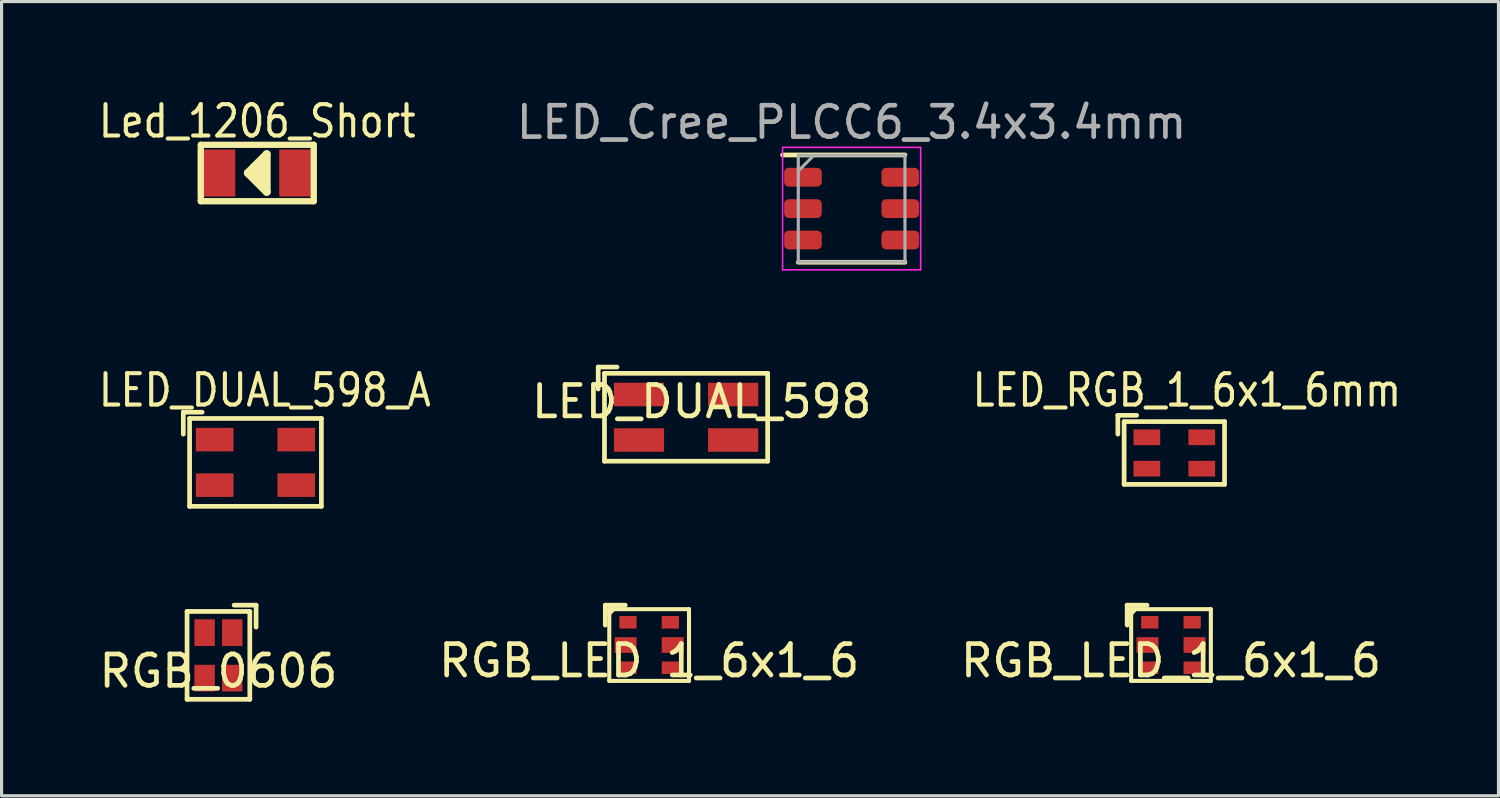
<source format=kicad_pcb>
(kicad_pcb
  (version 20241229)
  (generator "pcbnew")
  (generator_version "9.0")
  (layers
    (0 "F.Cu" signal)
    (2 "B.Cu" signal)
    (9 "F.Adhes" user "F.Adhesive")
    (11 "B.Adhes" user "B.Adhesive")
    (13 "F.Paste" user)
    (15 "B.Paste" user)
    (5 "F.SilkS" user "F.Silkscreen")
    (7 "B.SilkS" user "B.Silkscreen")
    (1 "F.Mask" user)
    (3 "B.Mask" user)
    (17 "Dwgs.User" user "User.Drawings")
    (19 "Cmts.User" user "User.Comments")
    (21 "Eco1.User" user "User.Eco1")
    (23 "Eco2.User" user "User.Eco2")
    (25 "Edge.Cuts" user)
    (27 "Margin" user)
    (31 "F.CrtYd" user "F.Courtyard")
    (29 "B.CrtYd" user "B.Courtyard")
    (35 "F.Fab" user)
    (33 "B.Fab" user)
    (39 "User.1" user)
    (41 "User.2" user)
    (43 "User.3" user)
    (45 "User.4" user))
  (footprint "RGB_0606"
    (layer "F.Cu")
    (at 3.911 17.836)
    (property "Reference" "RGB_0606" (at 0 0.5 0) (layer "F.SilkS") (effects (font (size 1 1) (thickness 0.15))))
    (attr through_hole)
    (fp_line (start -1 -1.4) (end 1 -1.4) (stroke (width 0.15) (type solid)) (layer "F.SilkS"))
    (fp_line (start -1 1.4) (end -1 -1.4) (stroke (width 0.15) (type solid)) (layer "F.SilkS"))
    (fp_line (start 0.5 -1.6) (end 1.2 -1.6) (stroke (width 0.15) (type solid)) (layer "F.SilkS"))
    (fp_line (start 1 -1.4) (end 1 1.4) (stroke (width 0.15) (type solid)) (layer "F.SilkS"))
    (fp_line (start 1 1.4) (end -1 1.4) (stroke (width 0.15) (type solid)) (layer "F.SilkS"))
    (fp_line (start 1.2 -1.6) (end 1.2 -0.9) (stroke (width 0.15) (type solid)) (layer "F.SilkS"))
    (pad "1" smd rect (at 0.44 -0.725) (size 0.65 0.85) (layers "F.Cu" "F.Mask" "F.Paste"))
    (pad "2" smd rect (at -0.44 -0.725) (size 0.65 0.85) (layers "F.Cu" "F.Mask" "F.Paste"))
    (pad "3" smd rect (at -0.44 0.725) (size 0.65 0.85) (layers "F.Cu" "F.Mask" "F.Paste"))
    (pad "4" smd rect (at 0.44 0.725) (size 0.65 0.85) (layers "F.Cu" "F.Mask" "F.Paste")))
  (footprint "LED_DUAL_598"
    (layer "F.Cu")
    (at 18.814 10.248)
    (property "Reference" "LED_DUAL_598" (at 0.5 -0.5 0) (layer "F.SilkS") (effects (font (size 1 1) (thickness 0.15))))
    (attr through_hole)
    (fp_line (start -2.8 -1.6) (end -2.2 -1.6) (stroke (width 0.15) (type solid)) (layer "F.SilkS"))
    (fp_line (start -2.8 -0.9) (end -2.8 -1.6) (stroke (width 0.15) (type solid)) (layer "F.SilkS"))
    (fp_line (start -2.6 -1.4) (end 2.6 -1.4) (stroke (width 0.15) (type solid)) (layer "F.SilkS"))
    (fp_line (start -2.6 1.4) (end -2.6 -1.4) (stroke (width 0.15) (type solid)) (layer "F.SilkS"))
    (fp_line (start 2.6 -1.4) (end 2.6 1.4) (stroke (width 0.15) (type solid)) (layer "F.SilkS"))
    (fp_line (start 2.6 1.4) (end -2.6 1.4) (stroke (width 0.15) (type solid)) (layer "F.SilkS"))
    (pad "1" smd rect (at -1.5 -0.725) (size 1.6 0.75) (layers "F.Cu" "F.Mask" "F.Paste"))
    (pad "2" smd rect (at 1.5 -0.725) (size 1.6 0.75) (layers "F.Cu" "F.Mask" "F.Paste"))
    (pad "3" smd rect (at -1.5 0.725) (size 1.6 0.75) (layers "F.Cu" "F.Mask" "F.Paste"))
    (pad "4" smd rect (at 1.5 0.725) (size 1.6 0.75) (layers "F.Cu" "F.Mask" "F.Paste")))
  (footprint "LED_Cree_PLCC6_3.4x3.4mm"
    (layer "F.Cu")
    (at 24.09 3.598)
    (property "Reference" "LED_Cree_PLCC6_3.4x3.4mm" (at 0 -2.75 0) (layer "F.Fab") (effects (font (size 1 1) (thickness 0.15))))
    (attr smd)
    (fp_line (start -2.2 -1.71) (end 1.7 -1.71) (stroke (width 0.15) (type solid)) (layer "F.SilkS"))
    (fp_line (start -1.7 1.71) (end 1.7 1.71) (stroke (width 0.15) (type solid)) (layer "F.SilkS"))
    (fp_line (start -2.2 -1.95) (end -2.2 1.95) (stroke (width 0.05) (type solid)) (layer "F.CrtYd"))
    (fp_line (start -2.2 -1.95) (end 2.2 -1.95) (stroke (width 0.05) (type solid)) (layer "F.CrtYd"))
    (fp_line (start -2.2 1.95) (end 2.2 1.95) (stroke (width 0.05) (type solid)) (layer "F.CrtYd"))
    (fp_line (start 2.2 -1.95) (end 2.2 1.95) (stroke (width 0.05) (type solid)) (layer "F.CrtYd"))
    (fp_line (start -1.7 -1.7) (end -1.7 1.7) (stroke (width 0.1) (type solid)) (layer "F.Fab"))
    (fp_line (start -1.7 -1.7) (end 1.7 -1.7) (stroke (width 0.1) (type solid)) (layer "F.Fab"))
    (fp_line (start -1.7 -1.2) (end -1.2 -1.7) (stroke (width 0.1) (type solid)) (layer "F.Fab"))
    (fp_line (start -1.7 1.7) (end 1.7 1.7) (stroke (width 0.1) (type solid)) (layer "F.Fab"))
    (fp_line (start 1.7 -1.7) (end 1.7 1.7) (stroke (width 0.1) (type solid)) (layer "F.Fab"))
    (pad "1" smd roundrect (at -1.55 -1) (size 1.2 0.6) (layers "F.Cu" "F.Mask") (roundrect_rratio 0.25))
    (pad "2" smd roundrect (at -1.55 0) (size 1.2 0.6) (layers "F.Cu" "F.Mask") (roundrect_rratio 0.25))
    (pad "3" smd roundrect (at -1.55 1) (size 1.2 0.6) (layers "F.Cu" "F.Mask") (roundrect_rratio 0.25))
    (pad "4" smd roundrect (at 1.55 1) (size 1.2 0.6) (layers "F.Cu" "F.Mask") (roundrect_rratio 0.25))
    (pad "5" smd roundrect (at 1.55 0) (size 1.2 0.6) (layers "F.Cu" "F.Mask") (roundrect_rratio 0.25))
    (pad "6" smd roundrect (at 1.55 -1) (size 1.2 0.6) (layers "F.Cu" "F.Mask") (roundrect_rratio 0.25)))
  (footprint "Led_1206_Short"
    (layer "F.Cu")
    (at 5.149 2.464)
    (property "Reference" "Led_1206_Short" (at 0 -1.651 0) (layer "F.SilkS") (effects (font (size 1 0.85) (thickness 0.13))))
    (attr through_hole)
    (fp_line (start -1.8 0.899) (end -1.8 -0.899) (stroke (width 0.2) (type solid)) (layer "F.SilkS"))
    (fp_line (start -1.8 -0.9) (end 1.8 -0.9) (stroke (width 0.2) (type solid)) (layer "F.SilkS"))
    (fp_line (start -0.3 -0.001) (end 0.3 -0.6) (stroke (width 0.254) (type solid)) (layer "F.SilkS"))
    (fp_line (start -0.1 -0.201) (end -0.1 0.099) (stroke (width 0.254) (type solid)) (layer "F.SilkS"))
    (fp_line (start 0.101 0.3) (end 0.101 -0.3) (stroke (width 0.254) (type solid)) (layer "F.SilkS"))
    (fp_line (start 0.3 0.6) (end -0.3 0.001) (stroke (width 0.254) (type solid)) (layer "F.SilkS"))
    (fp_line (start 0.3 -0.599) (end 0.3 0.599) (stroke (width 0.254) (type solid)) (layer "F.SilkS"))
    (fp_line (start 1.8 0.899) (end -1.8 0.899) (stroke (width 0.2) (type solid)) (layer "F.SilkS"))
    (fp_line (start 1.8 -0.899) (end 1.8 0.899) (stroke (width 0.2) (type solid)) (layer "F.SilkS"))
    (pad "1" smd rect (at -1.3 0) (size 1.2 1.5) (layers "F.Cu" "F.Mask" "F.Paste"))
    (pad "2" smd rect (at 1.3 0) (size 1.2 1.5) (layers "F.Cu" "F.Mask" "F.Paste")))
  (footprint "LED_DUAL_598_A"
    (layer "F.Cu")
    (at 5.092 11.686)
    (property "Reference" "LED_DUAL_598_A" (at 0.3 -2.3 0) (layer "F.SilkS") (effects (font (size 1 0.85) (thickness 0.13))))
    (attr through_hole)
    (fp_line (start -2.3 -1.6) (end -1.7 -1.6) (stroke (width 0.15) (type solid)) (layer "F.SilkS"))
    (fp_line (start -2.3 -0.9) (end -2.3 -1.6) (stroke (width 0.15) (type solid)) (layer "F.SilkS"))
    (fp_line (start -2.1 -1.4) (end 2.1 -1.4) (stroke (width 0.15) (type solid)) (layer "F.SilkS"))
    (fp_line (start -2.1 1.4) (end -2.1 -1.4) (stroke (width 0.15) (type solid)) (layer "F.SilkS"))
    (fp_line (start 2.1 -1.4) (end 2.1 1.4) (stroke (width 0.15) (type solid)) (layer "F.SilkS"))
    (fp_line (start 2.1 1.4) (end -2.1 1.4) (stroke (width 0.15) (type solid)) (layer "F.SilkS"))
    (pad "1" smd rect (at -1.3 -0.725) (size 1.2 0.75) (layers "F.Cu" "F.Mask" "F.Paste"))
    (pad "2" smd rect (at 1.3 -0.725) (size 1.2 0.75) (layers "F.Cu" "F.Mask" "F.Paste"))
    (pad "3" smd rect (at -1.3 0.725) (size 1.2 0.75) (layers "F.Cu" "F.Mask" "F.Paste"))
    (pad "4" smd rect (at 1.3 0.725) (size 1.2 0.75) (layers "F.Cu" "F.Mask" "F.Paste")))
  (footprint "RGB_LED 1_6x1_6"
    (layer "F.Cu")
    (at 17.637 17.506)
    (property "Reference" "RGB_LED 1_6x1_6" (at 0 0.5 0) (layer "F.SilkS") (effects (font (size 1 1) (thickness 0.15))))
    (attr through_hole)
    (fp_line (start -1.397 -1.27) (end -0.762 -1.27) (stroke (width 0.15) (type solid)) (layer "F.SilkS"))
    (fp_line (start -1.397 -0.635) (end -1.397 -1.27) (stroke (width 0.15) (type solid)) (layer "F.SilkS"))
    (fp_line (start -1.27 -1.143) (end 1.27 -1.143) (stroke (width 0.13) (type solid)) (layer "F.SilkS"))
    (fp_line (start -1.27 -1.016) (end -1.143 -1.143) (stroke (width 0.15) (type solid)) (layer "F.SilkS"))
    (fp_line (start -1.27 1.143) (end -1.27 -1.143) (stroke (width 0.13) (type solid)) (layer "F.SilkS"))
    (fp_line (start 1.27 -1.143) (end 1.27 1.143) (stroke (width 0.13) (type solid)) (layer "F.SilkS"))
    (fp_line (start 1.27 1.143) (end -1.27 1.143) (stroke (width 0.13) (type solid)) (layer "F.SilkS"))
    (pad "1" smd rect (at -0.675 -0.725) (size 0.55 0.4) (layers "F.Cu" "F.Mask" "F.Paste"))
    (pad "2" smd rect (at -0.75 0) (size 0.7 0.5) (layers "F.Cu" "F.Mask" "F.Paste"))
    (pad "3" smd rect (at -0.675 0.725) (size 0.55 0.4) (layers "F.Cu" "F.Mask" "F.Paste"))
    (pad "4" smd rect (at 0.675 0.725) (size 0.55 0.4) (layers "F.Cu" "F.Mask" "F.Paste"))
    (pad "5" smd rect (at 0.75 0) (size 0.7 0.5) (layers "F.Cu" "F.Mask" "F.Paste"))
    (pad "6" smd rect (at 0.675 -0.725) (size 0.55 0.4) (layers "F.Cu" "F.Mask" "F.Paste")))
  (footprint "RGB_LED_1_6x1_6"
    (layer "F.Cu")
    (at 34.268 17.506)
    (property "Reference" "RGB_LED_1_6x1_6" (at 0 0.5 0) (layer "F.SilkS") (effects (font (size 1 1) (thickness 0.15))))
    (attr through_hole)
    (fp_line (start -1.397 -1.27) (end -0.762 -1.27) (stroke (width 0.15) (type solid)) (layer "F.SilkS"))
    (fp_line (start -1.397 -0.635) (end -1.397 -1.27) (stroke (width 0.15) (type solid)) (layer "F.SilkS"))
    (fp_line (start -1.27 -1.143) (end 1.27 -1.143) (stroke (width 0.13) (type solid)) (layer "F.SilkS"))
    (fp_line (start -1.27 -1.016) (end -1.143 -1.143) (stroke (width 0.15) (type solid)) (layer "F.SilkS"))
    (fp_line (start -1.27 1.143) (end -1.27 -1.143) (stroke (width 0.13) (type solid)) (layer "F.SilkS"))
    (fp_line (start 1.27 -1.143) (end 1.27 1.143) (stroke (width 0.13) (type solid)) (layer "F.SilkS"))
    (fp_line (start 1.27 1.143) (end -1.27 1.143) (stroke (width 0.13) (type solid)) (layer "F.SilkS"))
    (pad "1" smd rect (at -0.675 -0.725) (size 0.55 0.4) (layers "F.Cu" "F.Mask" "F.Paste"))
    (pad "2" smd rect (at -0.75 0) (size 0.7 0.5) (layers "F.Cu" "F.Mask" "F.Paste"))
    (pad "3" smd rect (at -0.675 0.725) (size 0.55 0.4) (layers "F.Cu" "F.Mask" "F.Paste"))
    (pad "4" smd rect (at 0.675 -0.725) (size 0.55 0.4) (layers "F.Cu" "F.Mask" "F.Paste"))
    (pad "5" smd rect (at 0.75 0) (size 0.7 0.5) (layers "F.Cu" "F.Mask" "F.Paste"))
    (pad "6" smd rect (at 0.675 0.725) (size 0.55 0.4) (layers "F.Cu" "F.Mask" "F.Paste")))
  (footprint "LED_RGB_1_6x1_6mm"
    (layer "F.Cu")
    (at 34.374 11.386)
    (property "Reference" "LED_RGB_1_6x1_6mm" (at 0.4 -2 0) (layer "F.SilkS") (effects (font (size 1 0.85) (thickness 0.13))))
    (attr through_hole)
    (fp_line (start -1.8 -1.2) (end -1.8 -0.6) (stroke (width 0.15) (type solid)) (layer "F.SilkS"))
    (fp_line (start -1.6 -1) (end 1.6 -1) (stroke (width 0.15) (type solid)) (layer "F.SilkS"))
    (fp_line (start -1.6 1) (end -1.6 -1) (stroke (width 0.15) (type solid)) (layer "F.SilkS"))
    (fp_line (start -1.2 -1.2) (end -1.8 -1.2) (stroke (width 0.15) (type solid)) (layer "F.SilkS"))
    (fp_line (start 1.6 -1) (end 1.6 1) (stroke (width 0.15) (type solid)) (layer "F.SilkS"))
    (fp_line (start 1.6 1) (end -1.6 1) (stroke (width 0.15) (type solid)) (layer "F.SilkS"))
    (pad "1" smd rect (at 0.875 0.5) (size 0.85 0.5) (layers "F.Cu" "F.Mask" "F.Paste"))
    (pad "2" smd rect (at -0.875 0.5) (size 0.85 0.5) (layers "F.Cu" "F.Mask" "F.Paste"))
    (pad "3" smd rect (at -0.875 -0.5) (size 0.85 0.5) (layers "F.Cu" "F.Mask" "F.Paste"))
    (pad "4" smd rect (at 0.875 -0.5) (size 0.85 0.5) (layers "F.Cu" "F.Mask" "F.Paste")))
  (gr_rect
    (start -3 -3)
    (end 44.704 22.311)
    (stroke (width 0.1) (type default))
    (fill no)
    (layer "Edge.Cuts")))
</source>
